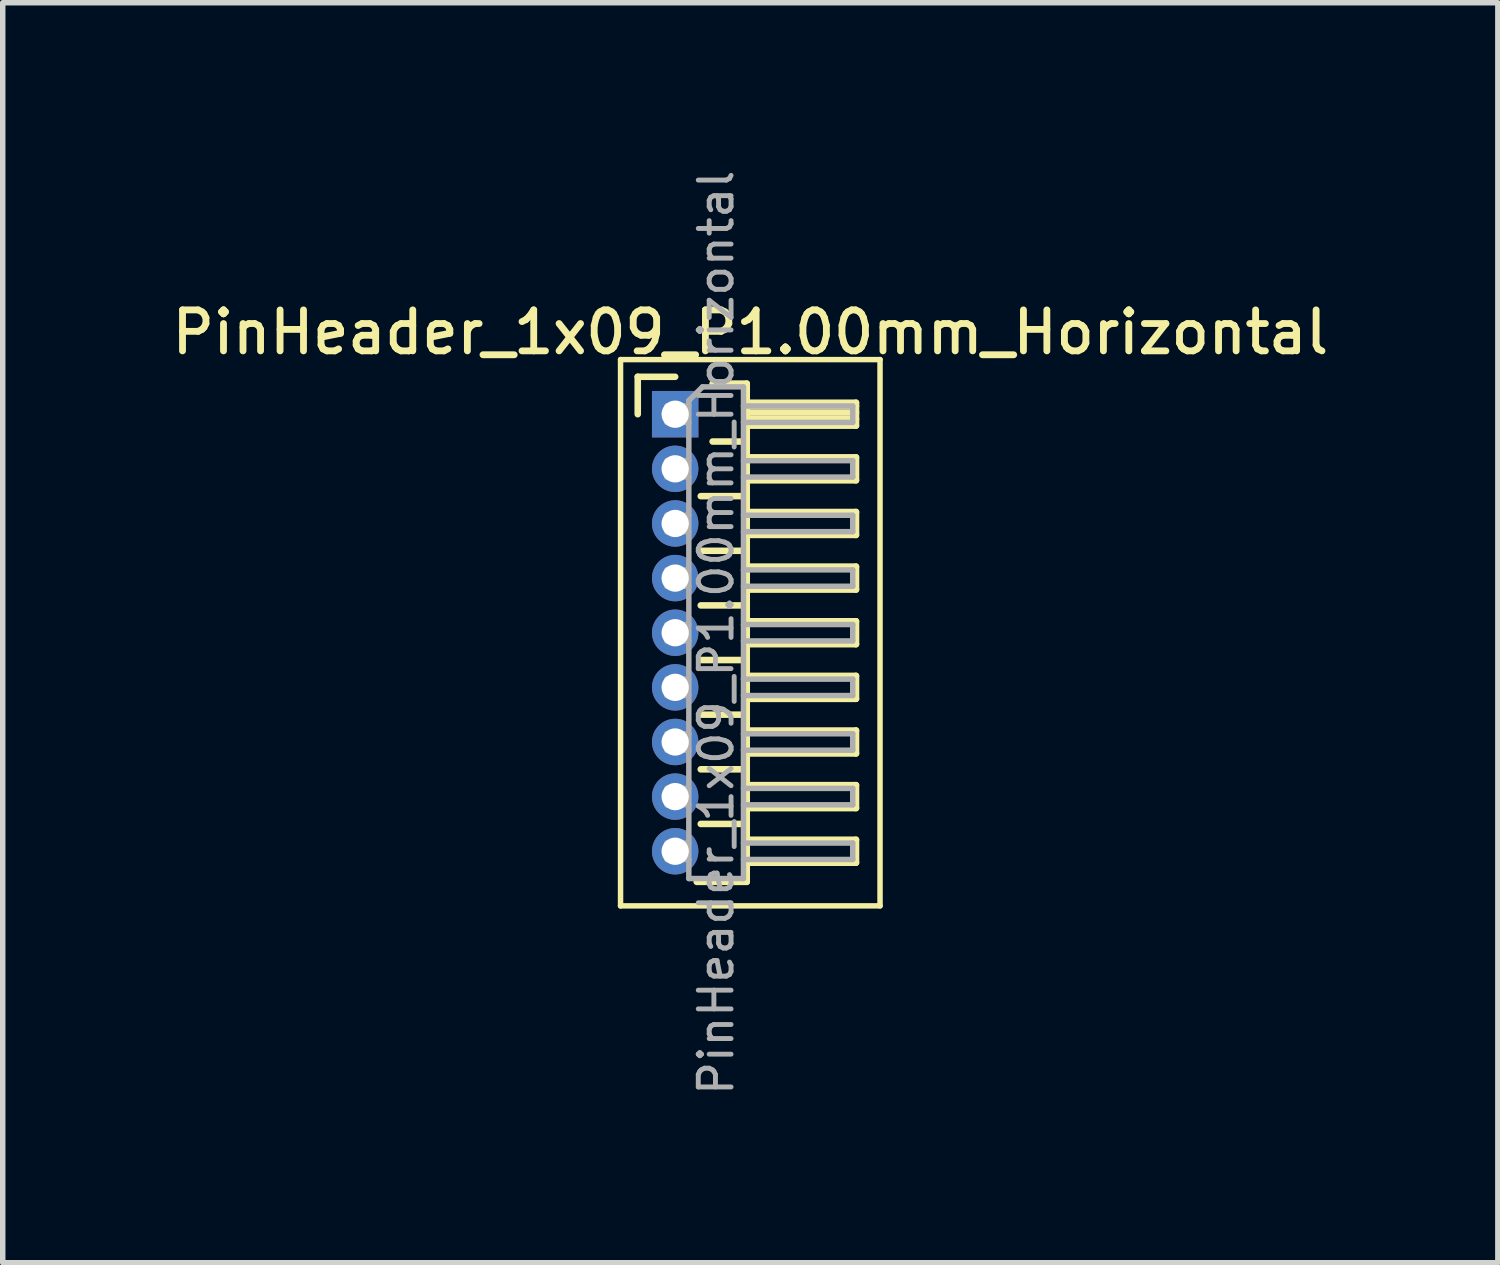
<source format=kicad_pcb>
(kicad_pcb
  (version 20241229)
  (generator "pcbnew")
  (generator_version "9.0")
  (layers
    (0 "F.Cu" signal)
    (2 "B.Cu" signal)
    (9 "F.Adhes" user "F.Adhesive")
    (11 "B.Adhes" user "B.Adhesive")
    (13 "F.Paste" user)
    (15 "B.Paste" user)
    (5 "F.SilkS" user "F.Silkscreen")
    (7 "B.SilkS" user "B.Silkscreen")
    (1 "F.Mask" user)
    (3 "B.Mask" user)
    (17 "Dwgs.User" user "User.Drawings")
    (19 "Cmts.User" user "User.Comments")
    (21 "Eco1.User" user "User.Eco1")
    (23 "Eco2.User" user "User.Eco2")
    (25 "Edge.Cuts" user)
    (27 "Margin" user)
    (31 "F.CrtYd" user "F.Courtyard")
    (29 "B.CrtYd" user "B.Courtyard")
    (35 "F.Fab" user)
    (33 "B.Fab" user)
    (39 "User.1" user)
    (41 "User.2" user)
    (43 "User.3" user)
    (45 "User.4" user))
  (footprint "PinHeader_1x09_P1.00mm_Horizontal"
    (layer "F.Cu")
    (at 9.309 4.532)
    (property "Reference" "PinHeader_1x09_P1.00mm_Horizontal" (at 1.375 -1.5 0) (layer "F.SilkS") (effects (font (size 0.75 0.75) (thickness 0.125))))
    (attr through_hole)
    (fp_line (start -1 -1) (end -1 9) (stroke (width 0.1) (type solid)) (layer "F.SilkS"))
    (fp_line (start -1 9) (end 3.75 9) (stroke (width 0.1) (type solid)) (layer "F.SilkS"))
    (fp_line (start -0.685 -0.685) (end 0 -0.685) (stroke (width 0.12) (type solid)) (layer "F.SilkS"))
    (fp_line (start -0.685 0) (end -0.685 -0.685) (stroke (width 0.12) (type solid)) (layer "F.SilkS"))
    (fp_line (start 0.468 1.5) (end 1.31 1.5) (stroke (width 0.12) (type solid)) (layer "F.SilkS"))
    (fp_line (start 0.468 2.5) (end 1.31 2.5) (stroke (width 0.12) (type solid)) (layer "F.SilkS"))
    (fp_line (start 0.468 3.5) (end 1.31 3.5) (stroke (width 0.12) (type solid)) (layer "F.SilkS"))
    (fp_line (start 0.468 4.5) (end 1.31 4.5) (stroke (width 0.12) (type solid)) (layer "F.SilkS"))
    (fp_line (start 0.468 5.5) (end 1.31 5.5) (stroke (width 0.12) (type solid)) (layer "F.SilkS"))
    (fp_line (start 0.468 6.5) (end 1.31 6.5) (stroke (width 0.12) (type solid)) (layer "F.SilkS"))
    (fp_line (start 0.468 7.5) (end 1.31 7.5) (stroke (width 0.12) (type solid)) (layer "F.SilkS"))
    (fp_line (start 0.685 -0.56) (end 1.31 -0.56) (stroke (width 0.12) (type solid)) (layer "F.SilkS"))
    (fp_line (start 0.685 0.5) (end 1.31 0.5) (stroke (width 0.12) (type solid)) (layer "F.SilkS"))
    (fp_line (start 1.31 -0.56) (end 1.31 8.56) (stroke (width 0.12) (type solid)) (layer "F.SilkS"))
    (fp_line (start 1.31 -0.21) (end 3.31 -0.21) (stroke (width 0.12) (type solid)) (layer "F.SilkS"))
    (fp_line (start 1.31 -0.15) (end 3.31 -0.15) (stroke (width 0.12) (type solid)) (layer "F.SilkS"))
    (fp_line (start 1.31 -0.03) (end 3.31 -0.03) (stroke (width 0.12) (type solid)) (layer "F.SilkS"))
    (fp_line (start 1.31 0.09) (end 3.31 0.09) (stroke (width 0.12) (type solid)) (layer "F.SilkS"))
    (fp_line (start 1.31 0.79) (end 3.31 0.79) (stroke (width 0.12) (type solid)) (layer "F.SilkS"))
    (fp_line (start 1.31 1.79) (end 3.31 1.79) (stroke (width 0.12) (type solid)) (layer "F.SilkS"))
    (fp_line (start 1.31 2.79) (end 3.31 2.79) (stroke (width 0.12) (type solid)) (layer "F.SilkS"))
    (fp_line (start 1.31 3.79) (end 3.31 3.79) (stroke (width 0.12) (type solid)) (layer "F.SilkS"))
    (fp_line (start 1.31 4.79) (end 3.31 4.79) (stroke (width 0.12) (type solid)) (layer "F.SilkS"))
    (fp_line (start 1.31 5.79) (end 3.31 5.79) (stroke (width 0.12) (type solid)) (layer "F.SilkS"))
    (fp_line (start 1.31 6.79) (end 3.31 6.79) (stroke (width 0.12) (type solid)) (layer "F.SilkS"))
    (fp_line (start 1.31 7.79) (end 3.31 7.79) (stroke (width 0.12) (type solid)) (layer "F.SilkS"))
    (fp_line (start 1.31 8.56) (end 0.394 8.56) (stroke (width 0.12) (type solid)) (layer "F.SilkS"))
    (fp_line (start 3.31 -0.21) (end 3.31 0.21) (stroke (width 0.12) (type solid)) (layer "F.SilkS"))
    (fp_line (start 3.31 0.21) (end 1.31 0.21) (stroke (width 0.12) (type solid)) (layer "F.SilkS"))
    (fp_line (start 3.31 0.79) (end 3.31 1.21) (stroke (width 0.12) (type solid)) (layer "F.SilkS"))
    (fp_line (start 3.31 1.21) (end 1.31 1.21) (stroke (width 0.12) (type solid)) (layer "F.SilkS"))
    (fp_line (start 3.31 1.79) (end 3.31 2.21) (stroke (width 0.12) (type solid)) (layer "F.SilkS"))
    (fp_line (start 3.31 2.21) (end 1.31 2.21) (stroke (width 0.12) (type solid)) (layer "F.SilkS"))
    (fp_line (start 3.31 2.79) (end 3.31 3.21) (stroke (width 0.12) (type solid)) (layer "F.SilkS"))
    (fp_line (start 3.31 3.21) (end 1.31 3.21) (stroke (width 0.12) (type solid)) (layer "F.SilkS"))
    (fp_line (start 3.31 3.79) (end 3.31 4.21) (stroke (width 0.12) (type solid)) (layer "F.SilkS"))
    (fp_line (start 3.31 4.21) (end 1.31 4.21) (stroke (width 0.12) (type solid)) (layer "F.SilkS"))
    (fp_line (start 3.31 4.79) (end 3.31 5.21) (stroke (width 0.12) (type solid)) (layer "F.SilkS"))
    (fp_line (start 3.31 5.21) (end 1.31 5.21) (stroke (width 0.12) (type solid)) (layer "F.SilkS"))
    (fp_line (start 3.31 5.79) (end 3.31 6.21) (stroke (width 0.12) (type solid)) (layer "F.SilkS"))
    (fp_line (start 3.31 6.21) (end 1.31 6.21) (stroke (width 0.12) (type solid)) (layer "F.SilkS"))
    (fp_line (start 3.31 6.79) (end 3.31 7.21) (stroke (width 0.12) (type solid)) (layer "F.SilkS"))
    (fp_line (start 3.31 7.21) (end 1.31 7.21) (stroke (width 0.12) (type solid)) (layer "F.SilkS"))
    (fp_line (start 3.31 7.79) (end 3.31 8.21) (stroke (width 0.12) (type solid)) (layer "F.SilkS"))
    (fp_line (start 3.31 8.21) (end 1.31 8.21) (stroke (width 0.12) (type solid)) (layer "F.SilkS"))
    (fp_line (start 3.75 -1) (end -1 -1) (stroke (width 0.1) (type solid)) (layer "F.SilkS"))
    (fp_line (start 3.75 9) (end 3.75 -1) (stroke (width 0.1) (type solid)) (layer "F.SilkS"))
    (fp_line (start -0.15 -0.15) (end -0.15 0.15) (stroke (width 0.1) (type solid)) (layer "F.Fab"))
    (fp_line (start -0.15 -0.15) (end 0.25 -0.15) (stroke (width 0.1) (type solid)) (layer "F.Fab"))
    (fp_line (start -0.15 0.15) (end 0.25 0.15) (stroke (width 0.1) (type solid)) (layer "F.Fab"))
    (fp_line (start -0.15 0.85) (end -0.15 1.15) (stroke (width 0.1) (type solid)) (layer "F.Fab"))
    (fp_line (start -0.15 0.85) (end 0.25 0.85) (stroke (width 0.1) (type solid)) (layer "F.Fab"))
    (fp_line (start -0.15 1.15) (end 0.25 1.15) (stroke (width 0.1) (type solid)) (layer "F.Fab"))
    (fp_line (start -0.15 1.85) (end -0.15 2.15) (stroke (width 0.1) (type solid)) (layer "F.Fab"))
    (fp_line (start -0.15 1.85) (end 0.25 1.85) (stroke (width 0.1) (type solid)) (layer "F.Fab"))
    (fp_line (start -0.15 2.15) (end 0.25 2.15) (stroke (width 0.1) (type solid)) (layer "F.Fab"))
    (fp_line (start -0.15 2.85) (end -0.15 3.15) (stroke (width 0.1) (type solid)) (layer "F.Fab"))
    (fp_line (start -0.15 2.85) (end 0.25 2.85) (stroke (width 0.1) (type solid)) (layer "F.Fab"))
    (fp_line (start -0.15 3.15) (end 0.25 3.15) (stroke (width 0.1) (type solid)) (layer "F.Fab"))
    (fp_line (start -0.15 3.85) (end -0.15 4.15) (stroke (width 0.1) (type solid)) (layer "F.Fab"))
    (fp_line (start -0.15 3.85) (end 0.25 3.85) (stroke (width 0.1) (type solid)) (layer "F.Fab"))
    (fp_line (start -0.15 4.15) (end 0.25 4.15) (stroke (width 0.1) (type solid)) (layer "F.Fab"))
    (fp_line (start -0.15 4.85) (end -0.15 5.15) (stroke (width 0.1) (type solid)) (layer "F.Fab"))
    (fp_line (start -0.15 4.85) (end 0.25 4.85) (stroke (width 0.1) (type solid)) (layer "F.Fab"))
    (fp_line (start -0.15 5.15) (end 0.25 5.15) (stroke (width 0.1) (type solid)) (layer "F.Fab"))
    (fp_line (start -0.15 5.85) (end -0.15 6.15) (stroke (width 0.1) (type solid)) (layer "F.Fab"))
    (fp_line (start -0.15 5.85) (end 0.25 5.85) (stroke (width 0.1) (type solid)) (layer "F.Fab"))
    (fp_line (start -0.15 6.15) (end 0.25 6.15) (stroke (width 0.1) (type solid)) (layer "F.Fab"))
    (fp_line (start -0.15 6.85) (end -0.15 7.15) (stroke (width 0.1) (type solid)) (layer "F.Fab"))
    (fp_line (start -0.15 6.85) (end 0.25 6.85) (stroke (width 0.1) (type solid)) (layer "F.Fab"))
    (fp_line (start -0.15 7.15) (end 0.25 7.15) (stroke (width 0.1) (type solid)) (layer "F.Fab"))
    (fp_line (start -0.15 7.85) (end -0.15 8.15) (stroke (width 0.1) (type solid)) (layer "F.Fab"))
    (fp_line (start -0.15 7.85) (end 0.25 7.85) (stroke (width 0.1) (type solid)) (layer "F.Fab"))
    (fp_line (start -0.15 8.15) (end 0.25 8.15) (stroke (width 0.1) (type solid)) (layer "F.Fab"))
    (fp_line (start 0.25 -0.25) (end 0.5 -0.5) (stroke (width 0.1) (type solid)) (layer "F.Fab"))
    (fp_line (start 0.25 8.5) (end 0.25 -0.25) (stroke (width 0.1) (type solid)) (layer "F.Fab"))
    (fp_line (start 0.5 -0.5) (end 1.25 -0.5) (stroke (width 0.1) (type solid)) (layer "F.Fab"))
    (fp_line (start 1.25 -0.5) (end 1.25 8.5) (stroke (width 0.1) (type solid)) (layer "F.Fab"))
    (fp_line (start 1.25 -0.15) (end 3.25 -0.15) (stroke (width 0.1) (type solid)) (layer "F.Fab"))
    (fp_line (start 1.25 0.15) (end 3.25 0.15) (stroke (width 0.1) (type solid)) (layer "F.Fab"))
    (fp_line (start 1.25 0.85) (end 3.25 0.85) (stroke (width 0.1) (type solid)) (layer "F.Fab"))
    (fp_line (start 1.25 1.15) (end 3.25 1.15) (stroke (width 0.1) (type solid)) (layer "F.Fab"))
    (fp_line (start 1.25 1.85) (end 3.25 1.85) (stroke (width 0.1) (type solid)) (layer "F.Fab"))
    (fp_line (start 1.25 2.15) (end 3.25 2.15) (stroke (width 0.1) (type solid)) (layer "F.Fab"))
    (fp_line (start 1.25 2.85) (end 3.25 2.85) (stroke (width 0.1) (type solid)) (layer "F.Fab"))
    (fp_line (start 1.25 3.15) (end 3.25 3.15) (stroke (width 0.1) (type solid)) (layer "F.Fab"))
    (fp_line (start 1.25 3.85) (end 3.25 3.85) (stroke (width 0.1) (type solid)) (layer "F.Fab"))
    (fp_line (start 1.25 4.15) (end 3.25 4.15) (stroke (width 0.1) (type solid)) (layer "F.Fab"))
    (fp_line (start 1.25 4.85) (end 3.25 4.85) (stroke (width 0.1) (type solid)) (layer "F.Fab"))
    (fp_line (start 1.25 5.15) (end 3.25 5.15) (stroke (width 0.1) (type solid)) (layer "F.Fab"))
    (fp_line (start 1.25 5.85) (end 3.25 5.85) (stroke (width 0.1) (type solid)) (layer "F.Fab"))
    (fp_line (start 1.25 6.15) (end 3.25 6.15) (stroke (width 0.1) (type solid)) (layer "F.Fab"))
    (fp_line (start 1.25 6.85) (end 3.25 6.85) (stroke (width 0.1) (type solid)) (layer "F.Fab"))
    (fp_line (start 1.25 7.15) (end 3.25 7.15) (stroke (width 0.1) (type solid)) (layer "F.Fab"))
    (fp_line (start 1.25 7.85) (end 3.25 7.85) (stroke (width 0.1) (type solid)) (layer "F.Fab"))
    (fp_line (start 1.25 8.15) (end 3.25 8.15) (stroke (width 0.1) (type solid)) (layer "F.Fab"))
    (fp_line (start 1.25 8.5) (end 0.25 8.5) (stroke (width 0.1) (type solid)) (layer "F.Fab"))
    (fp_line (start 3.25 -0.15) (end 3.25 0.15) (stroke (width 0.1) (type solid)) (layer "F.Fab"))
    (fp_line (start 3.25 0.85) (end 3.25 1.15) (stroke (width 0.1) (type solid)) (layer "F.Fab"))
    (fp_line (start 3.25 1.85) (end 3.25 2.15) (stroke (width 0.1) (type solid)) (layer "F.Fab"))
    (fp_line (start 3.25 2.85) (end 3.25 3.15) (stroke (width 0.1) (type solid)) (layer "F.Fab"))
    (fp_line (start 3.25 3.85) (end 3.25 4.15) (stroke (width 0.1) (type solid)) (layer "F.Fab"))
    (fp_line (start 3.25 4.85) (end 3.25 5.15) (stroke (width 0.1) (type solid)) (layer "F.Fab"))
    (fp_line (start 3.25 5.85) (end 3.25 6.15) (stroke (width 0.1) (type solid)) (layer "F.Fab"))
    (fp_line (start 3.25 6.85) (end 3.25 7.15) (stroke (width 0.1) (type solid)) (layer "F.Fab"))
    (fp_line (start 3.25 7.85) (end 3.25 8.15) (stroke (width 0.1) (type solid)) (layer "F.Fab"))
    (fp_text user "${REFERENCE}" (at 0.75 4 90) (layer "F.Fab") (effects (font (size 0.6 0.6) (thickness 0.09))))
    (pad "1" thru_hole rect (at 0 0) (size 0.85 0.85) (drill 0.5) (layers "*.Cu" "*.Mask"))
    (pad "2" thru_hole oval (at 0 1) (size 0.85 0.85) (drill 0.5) (layers "*.Cu" "*.Mask"))
    (pad "3" thru_hole oval (at 0 2) (size 0.85 0.85) (drill 0.5) (layers "*.Cu" "*.Mask"))
    (pad "4" thru_hole oval (at 0 3) (size 0.85 0.85) (drill 0.5) (layers "*.Cu" "*.Mask"))
    (pad "5" thru_hole oval (at 0 4) (size 0.85 0.85) (drill 0.5) (layers "*.Cu" "*.Mask"))
    (pad "6" thru_hole oval (at 0 5) (size 0.85 0.85) (drill 0.5) (layers "*.Cu" "*.Mask"))
    (pad "7" thru_hole oval (at 0 6) (size 0.85 0.85) (drill 0.5) (layers "*.Cu" "*.Mask"))
    (pad "8" thru_hole oval (at 0 7) (size 0.85 0.85) (drill 0.5) (layers "*.Cu" "*.Mask"))
    (pad "9" thru_hole oval (at 0 8) (size 0.85 0.85) (drill 0.5) (layers "*.Cu" "*.Mask")))
  (gr_rect
    (start -3 -3)
    (end 24.368 20.064)
    (stroke (width 0.1) (type default))
    (fill no)
    (layer "Edge.Cuts")))
</source>
